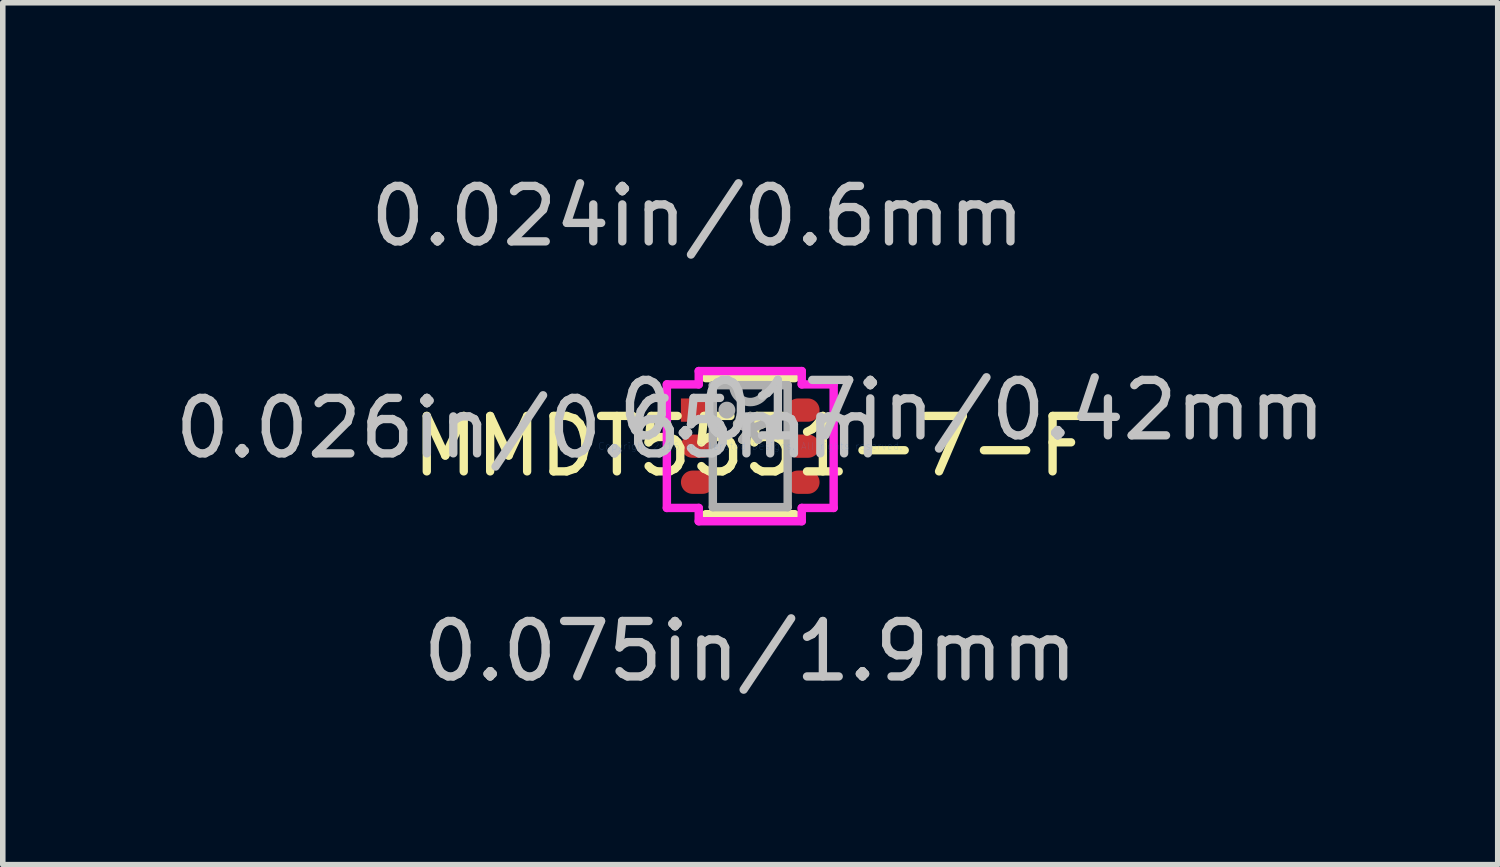
<source format=kicad_pcb>
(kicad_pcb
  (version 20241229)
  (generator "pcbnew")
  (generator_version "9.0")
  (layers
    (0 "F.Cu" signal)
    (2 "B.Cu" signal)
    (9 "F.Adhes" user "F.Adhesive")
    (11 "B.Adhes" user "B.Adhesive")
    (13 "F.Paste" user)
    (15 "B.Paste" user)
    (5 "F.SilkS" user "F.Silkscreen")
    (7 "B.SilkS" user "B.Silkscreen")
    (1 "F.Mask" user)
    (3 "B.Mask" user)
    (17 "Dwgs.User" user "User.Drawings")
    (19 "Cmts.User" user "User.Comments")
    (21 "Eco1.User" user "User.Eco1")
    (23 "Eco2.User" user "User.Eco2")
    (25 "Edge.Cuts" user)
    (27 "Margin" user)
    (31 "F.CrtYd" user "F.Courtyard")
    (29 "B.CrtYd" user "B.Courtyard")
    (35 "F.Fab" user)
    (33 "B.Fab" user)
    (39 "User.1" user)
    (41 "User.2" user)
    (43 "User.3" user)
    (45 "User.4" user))
  (footprint "MMDT5551-7-F"
    (layer "F.Cu")
    (at 10.48 4.996)
    (property "Reference" "MMDT5551-7-F" (at 0 0 0) (layer "F.SilkS") (effects (font (size 1 1) (thickness 0.15))))
    (attr through_hole)
    (fp_line (start -0.802 1.227) (end 0.802 1.227) (stroke (width 0.152) (type solid)) (layer "F.SilkS"))
    (fp_line (start 0.802 -1.227) (end -0.802 -1.227) (stroke (width 0.152) (type solid)) (layer "F.SilkS"))
    (fp_line (start -1.504 -1.114) (end -0.929 -1.114) (stroke (width 0.152) (type solid)) (layer "F.CrtYd"))
    (fp_line (start -1.504 1.114) (end -1.504 -1.114) (stroke (width 0.152) (type solid)) (layer "F.CrtYd"))
    (fp_line (start -0.929 -1.354) (end 0.929 -1.354) (stroke (width 0.152) (type solid)) (layer "F.CrtYd"))
    (fp_line (start -0.929 -1.114) (end -0.929 -1.354) (stroke (width 0.152) (type solid)) (layer "F.CrtYd"))
    (fp_line (start -0.929 1.114) (end -1.504 1.114) (stroke (width 0.152) (type solid)) (layer "F.CrtYd"))
    (fp_line (start -0.929 1.354) (end -0.929 1.114) (stroke (width 0.152) (type solid)) (layer "F.CrtYd"))
    (fp_line (start 0.929 -1.354) (end 0.929 -1.114) (stroke (width 0.152) (type solid)) (layer "F.CrtYd"))
    (fp_line (start 0.929 -1.114) (end 1.504 -1.114) (stroke (width 0.152) (type solid)) (layer "F.CrtYd"))
    (fp_line (start 0.929 1.114) (end 0.929 1.354) (stroke (width 0.152) (type solid)) (layer "F.CrtYd"))
    (fp_line (start 0.929 1.354) (end -0.929 1.354) (stroke (width 0.152) (type solid)) (layer "F.CrtYd"))
    (fp_line (start 1.504 -1.114) (end 1.504 1.114) (stroke (width 0.152) (type solid)) (layer "F.CrtYd"))
    (fp_line (start 1.504 1.114) (end 0.929 1.114) (stroke (width 0.152) (type solid)) (layer "F.CrtYd"))
    (fp_line (start -0.675 -1.1) (end -0.675 1.1) (stroke (width 0.152) (type solid)) (layer "F.Fab"))
    (fp_line (start -0.675 1.1) (end 0.675 1.1) (stroke (width 0.152) (type solid)) (layer "F.Fab"))
    (fp_line (start 0.675 -1.1) (end -0.675 -1.1) (stroke (width 0.152) (type solid)) (layer "F.Fab"))
    (fp_line (start 0.675 1.1) (end 0.675 -1.1) (stroke (width 0.152) (type solid)) (layer "F.Fab"))
    (fp_arc (start 0.3048 -1.1) (mid 0 -0.7952) (end -0.3048 -1.1) (stroke (width 0.1524) (type solid)) (layer "F.Fab"))
    (fp_circle (center -0.421 -0.65) (end -0.421 -0.65) (stroke (width 0.152) (type solid)) (fill no) (layer "F.Fab"))
    (fp_text user "*" (at 0 0 0) (layer "F.SilkS") (effects (font (size 1 1) (thickness 0.15))))
    (fp_text user "0.024in/0.6mm" (at -0.95 -4.148 0) (layer "Dwgs.User") (effects (font (size 1 1) (thickness 0.15))))
    (fp_text user "0.017in/0.42mm" (at 3.998 -0.65 0) (layer "Dwgs.User") (effects (font (size 1 1) (thickness 0.15))))
    (fp_text user "0.026in/0.65mm" (at -3.998 -0.325 0) (layer "Dwgs.User") (effects (font (size 1 1) (thickness 0.15))))
    (fp_text user "0.075in/1.9mm" (at 0 3.698 0) (layer "Dwgs.User") (effects (font (size 1 1) (thickness 0.15))))
    (fp_text user "Copyright 2016 Accelerated Designs. All rights reserved." (at 0 0 0) (layer "Cmts.User") (effects (font (size 0.127 0.127) (thickness 0.002))))
    (fp_text user "*" (at 0 0 0) (layer "F.Fab") (effects (font (size 1 1) (thickness 0.15))))
    (pad "1" smd rect (at -0.95 -0.65) (size 0.6 0.42) (layers "F.Cu" "F.Mask" "F.Paste"))
    (pad "2" smd oval (at -0.95 0) (size 0.6 0.42) (layers "F.Cu" "F.Mask" "F.Paste"))
    (pad "3" smd oval (at -0.95 0.65) (size 0.6 0.42) (layers "F.Cu" "F.Mask" "F.Paste"))
    (pad "4" smd oval (at 0.95 0.65) (size 0.6 0.42) (layers "F.Cu" "F.Mask" "F.Paste"))
    (pad "5" smd oval (at 0.95 0) (size 0.6 0.42) (layers "F.Cu" "F.Mask" "F.Paste"))
    (pad "6" smd oval (at 0.95 -0.65) (size 0.6 0.42) (layers "F.Cu" "F.Mask" "F.Paste")))
  (gr_rect
    (start -3 -3)
    (end 23.96 12.543)
    (stroke (width 0.1) (type default))
    (fill no)
    (layer "Edge.Cuts")))
</source>
